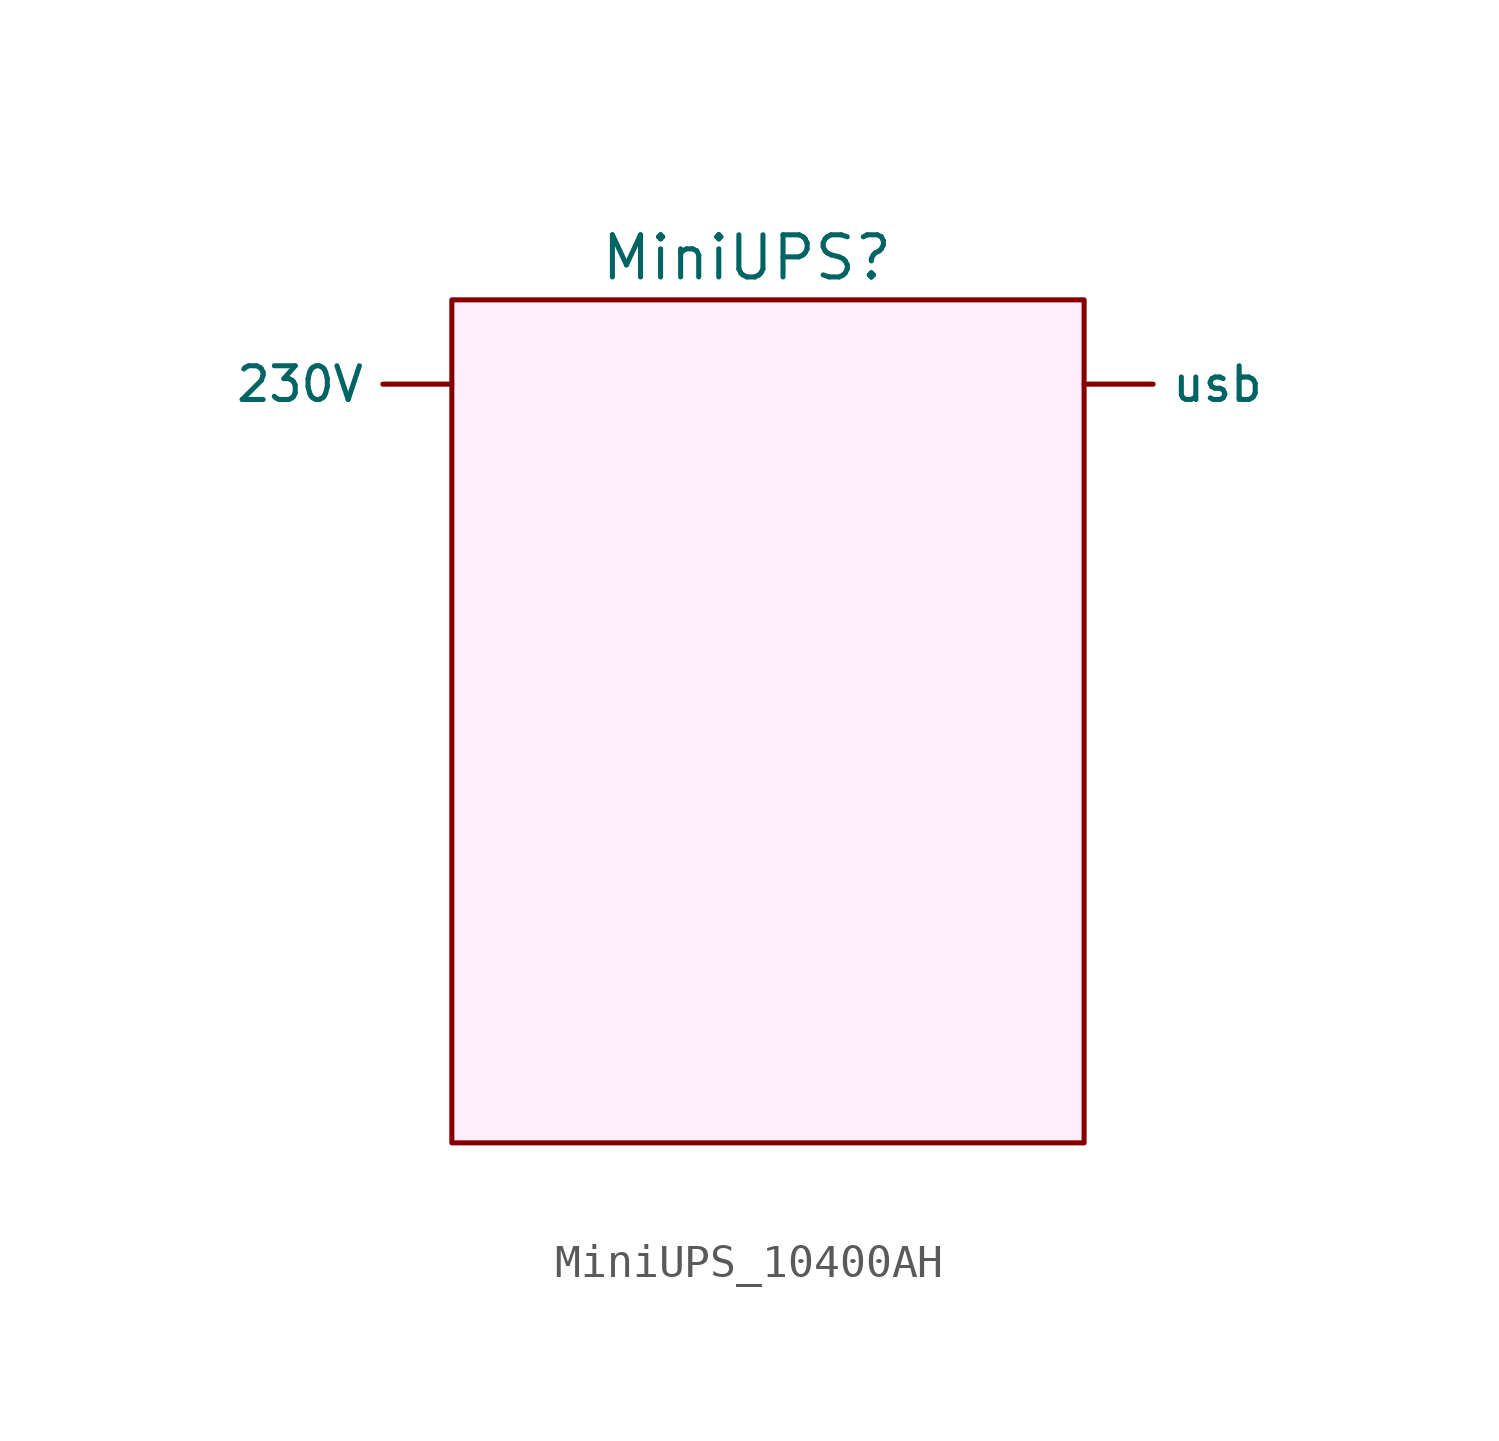
<source format=kicad_sym>
(kicad_symbol_lib
  (version 20220914)
  (generator kicad_symbol_editor)
  (symbol "MiniUPS_10400AH"
    (property "Reference" "MiniUPS"
      (at -6.35 0 0)
      (effects (font (size 1.27 1.27))))
    (property "Value" ""
      (at 0 0 0)
      (effects (font (size 1.27 1.27))))
    (symbol "MiniUPS_10400AH_1_0"
      (pin input line (at -15.24 -3.81 180) (length 2.08) (name "230V" (effects (font (size 1.016 1.016)))) (number "" (effects (font (size 1.016 1.016)))))
      (pin bidirectional line (at 3.81 -3.81 0) (length 2.08) (name "usb" (effects (font (size 1.016 1.016)))) (number "" (effects (font (size 1.016 1.016))))))
    (symbol "MiniUPS_10400AH_1_1"
      (text_box "" (at -15.24 -1.27 0) (size 19.05 -25.4) (stroke (width 0) (type default)) (fill (type color) (color 255 238 251 1)) (effects (font (size 1.27 1.27)) (justify left top))))))
</source>
